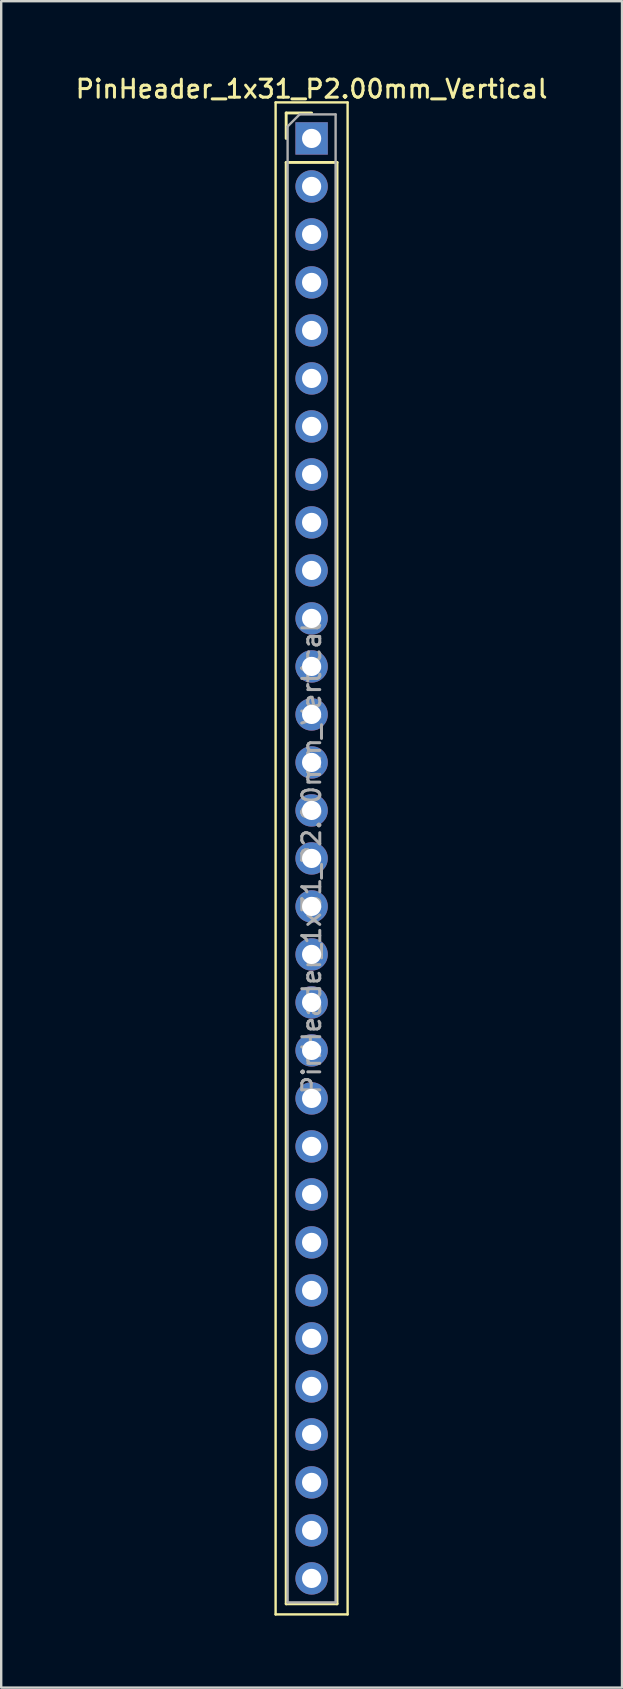
<source format=kicad_pcb>
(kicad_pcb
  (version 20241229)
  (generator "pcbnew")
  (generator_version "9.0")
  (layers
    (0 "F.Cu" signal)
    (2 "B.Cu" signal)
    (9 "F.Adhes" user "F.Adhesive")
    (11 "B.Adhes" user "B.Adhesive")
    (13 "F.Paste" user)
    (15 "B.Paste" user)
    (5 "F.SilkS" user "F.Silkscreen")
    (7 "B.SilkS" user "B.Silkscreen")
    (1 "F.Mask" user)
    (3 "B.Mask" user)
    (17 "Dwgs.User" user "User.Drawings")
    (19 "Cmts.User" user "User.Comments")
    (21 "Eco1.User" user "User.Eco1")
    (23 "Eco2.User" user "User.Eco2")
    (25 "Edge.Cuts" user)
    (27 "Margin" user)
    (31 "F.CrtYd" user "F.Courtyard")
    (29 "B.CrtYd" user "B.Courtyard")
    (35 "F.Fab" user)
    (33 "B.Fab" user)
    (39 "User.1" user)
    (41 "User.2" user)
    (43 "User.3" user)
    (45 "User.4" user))
  (footprint "PinHeader_1x31_P2.00mm_Vertical"
    (layer "F.Cu")
    (at 9.934 2.718)
    (property "Reference" "PinHeader_1x31_P2.00mm_Vertical" (at 0 -2.06 0) (layer "F.SilkS") (effects (font (size 0.75 0.75) (thickness 0.125))))
    (attr through_hole)
    (fp_line (start -1.5 -1.5) (end -1.5 61.5) (stroke (width 0.1) (type solid)) (layer "F.SilkS"))
    (fp_line (start -1.5 61.5) (end 1.5 61.5) (stroke (width 0.1) (type solid)) (layer "F.SilkS"))
    (fp_line (start -1.06 -1.06) (end 0 -1.06) (stroke (width 0.12) (type solid)) (layer "F.SilkS"))
    (fp_line (start -1.06 0) (end -1.06 -1.06) (stroke (width 0.12) (type solid)) (layer "F.SilkS"))
    (fp_line (start -1.06 1) (end -1.06 61.06) (stroke (width 0.12) (type solid)) (layer "F.SilkS"))
    (fp_line (start -1.06 1) (end 1.06 1) (stroke (width 0.12) (type solid)) (layer "F.SilkS"))
    (fp_line (start -1.06 61.06) (end 1.06 61.06) (stroke (width 0.12) (type solid)) (layer "F.SilkS"))
    (fp_line (start 1.06 1) (end 1.06 61.06) (stroke (width 0.12) (type solid)) (layer "F.SilkS"))
    (fp_line (start 1.5 -1.5) (end -1.5 -1.5) (stroke (width 0.1) (type solid)) (layer "F.SilkS"))
    (fp_line (start 1.5 61.5) (end 1.5 -1.5) (stroke (width 0.1) (type solid)) (layer "F.SilkS"))
    (fp_line (start -1 -0.5) (end -0.5 -1) (stroke (width 0.1) (type solid)) (layer "F.Fab"))
    (fp_line (start -1 61) (end -1 -0.5) (stroke (width 0.1) (type solid)) (layer "F.Fab"))
    (fp_line (start -0.5 -1) (end 1 -1) (stroke (width 0.1) (type solid)) (layer "F.Fab"))
    (fp_line (start 1 -1) (end 1 61) (stroke (width 0.1) (type solid)) (layer "F.Fab"))
    (fp_line (start 1 61) (end -1 61) (stroke (width 0.1) (type solid)) (layer "F.Fab"))
    (fp_text user "${REFERENCE}" (at 0 30 90) (layer "F.Fab") (effects (font (size 0.75 0.75) (thickness 0.125))))
    (pad "1" thru_hole rect (at 0 0) (size 1.35 1.35) (drill 0.8) (layers "*.Cu" "*.Mask"))
    (pad "2" thru_hole oval (at 0 2) (size 1.35 1.35) (drill 0.8) (layers "*.Cu" "*.Mask"))
    (pad "3" thru_hole oval (at 0 4) (size 1.35 1.35) (drill 0.8) (layers "*.Cu" "*.Mask"))
    (pad "4" thru_hole oval (at 0 6) (size 1.35 1.35) (drill 0.8) (layers "*.Cu" "*.Mask"))
    (pad "5" thru_hole oval (at 0 8) (size 1.35 1.35) (drill 0.8) (layers "*.Cu" "*.Mask"))
    (pad "6" thru_hole oval (at 0 10) (size 1.35 1.35) (drill 0.8) (layers "*.Cu" "*.Mask"))
    (pad "7" thru_hole oval (at 0 12) (size 1.35 1.35) (drill 0.8) (layers "*.Cu" "*.Mask"))
    (pad "8" thru_hole oval (at 0 14) (size 1.35 1.35) (drill 0.8) (layers "*.Cu" "*.Mask"))
    (pad "9" thru_hole oval (at 0 16) (size 1.35 1.35) (drill 0.8) (layers "*.Cu" "*.Mask"))
    (pad "10" thru_hole oval (at 0 18) (size 1.35 1.35) (drill 0.8) (layers "*.Cu" "*.Mask"))
    (pad "11" thru_hole oval (at 0 20) (size 1.35 1.35) (drill 0.8) (layers "*.Cu" "*.Mask"))
    (pad "12" thru_hole oval (at 0 22) (size 1.35 1.35) (drill 0.8) (layers "*.Cu" "*.Mask"))
    (pad "13" thru_hole oval (at 0 24) (size 1.35 1.35) (drill 0.8) (layers "*.Cu" "*.Mask"))
    (pad "14" thru_hole oval (at 0 26) (size 1.35 1.35) (drill 0.8) (layers "*.Cu" "*.Mask"))
    (pad "15" thru_hole oval (at 0 28) (size 1.35 1.35) (drill 0.8) (layers "*.Cu" "*.Mask"))
    (pad "16" thru_hole oval (at 0 30) (size 1.35 1.35) (drill 0.8) (layers "*.Cu" "*.Mask"))
    (pad "17" thru_hole oval (at 0 32) (size 1.35 1.35) (drill 0.8) (layers "*.Cu" "*.Mask"))
    (pad "18" thru_hole oval (at 0 34) (size 1.35 1.35) (drill 0.8) (layers "*.Cu" "*.Mask"))
    (pad "19" thru_hole oval (at 0 36) (size 1.35 1.35) (drill 0.8) (layers "*.Cu" "*.Mask"))
    (pad "20" thru_hole oval (at 0 38) (size 1.35 1.35) (drill 0.8) (layers "*.Cu" "*.Mask"))
    (pad "21" thru_hole oval (at 0 40) (size 1.35 1.35) (drill 0.8) (layers "*.Cu" "*.Mask"))
    (pad "22" thru_hole oval (at 0 42) (size 1.35 1.35) (drill 0.8) (layers "*.Cu" "*.Mask"))
    (pad "23" thru_hole oval (at 0 44) (size 1.35 1.35) (drill 0.8) (layers "*.Cu" "*.Mask"))
    (pad "24" thru_hole oval (at 0 46) (size 1.35 1.35) (drill 0.8) (layers "*.Cu" "*.Mask"))
    (pad "25" thru_hole oval (at 0 48) (size 1.35 1.35) (drill 0.8) (layers "*.Cu" "*.Mask"))
    (pad "26" thru_hole oval (at 0 50) (size 1.35 1.35) (drill 0.8) (layers "*.Cu" "*.Mask"))
    (pad "27" thru_hole oval (at 0 52) (size 1.35 1.35) (drill 0.8) (layers "*.Cu" "*.Mask"))
    (pad "28" thru_hole oval (at 0 54) (size 1.35 1.35) (drill 0.8) (layers "*.Cu" "*.Mask"))
    (pad "29" thru_hole oval (at 0 56) (size 1.35 1.35) (drill 0.8) (layers "*.Cu" "*.Mask"))
    (pad "30" thru_hole oval (at 0 58) (size 1.35 1.35) (drill 0.8) (layers "*.Cu" "*.Mask"))
    (pad "31" thru_hole oval (at 0 60) (size 1.35 1.35) (drill 0.8) (layers "*.Cu" "*.Mask")))
  (gr_rect
    (start -3 -3)
    (end 22.868 67.268)
    (stroke (width 0.1) (type default))
    (fill no)
    (layer "Edge.Cuts")))
</source>
